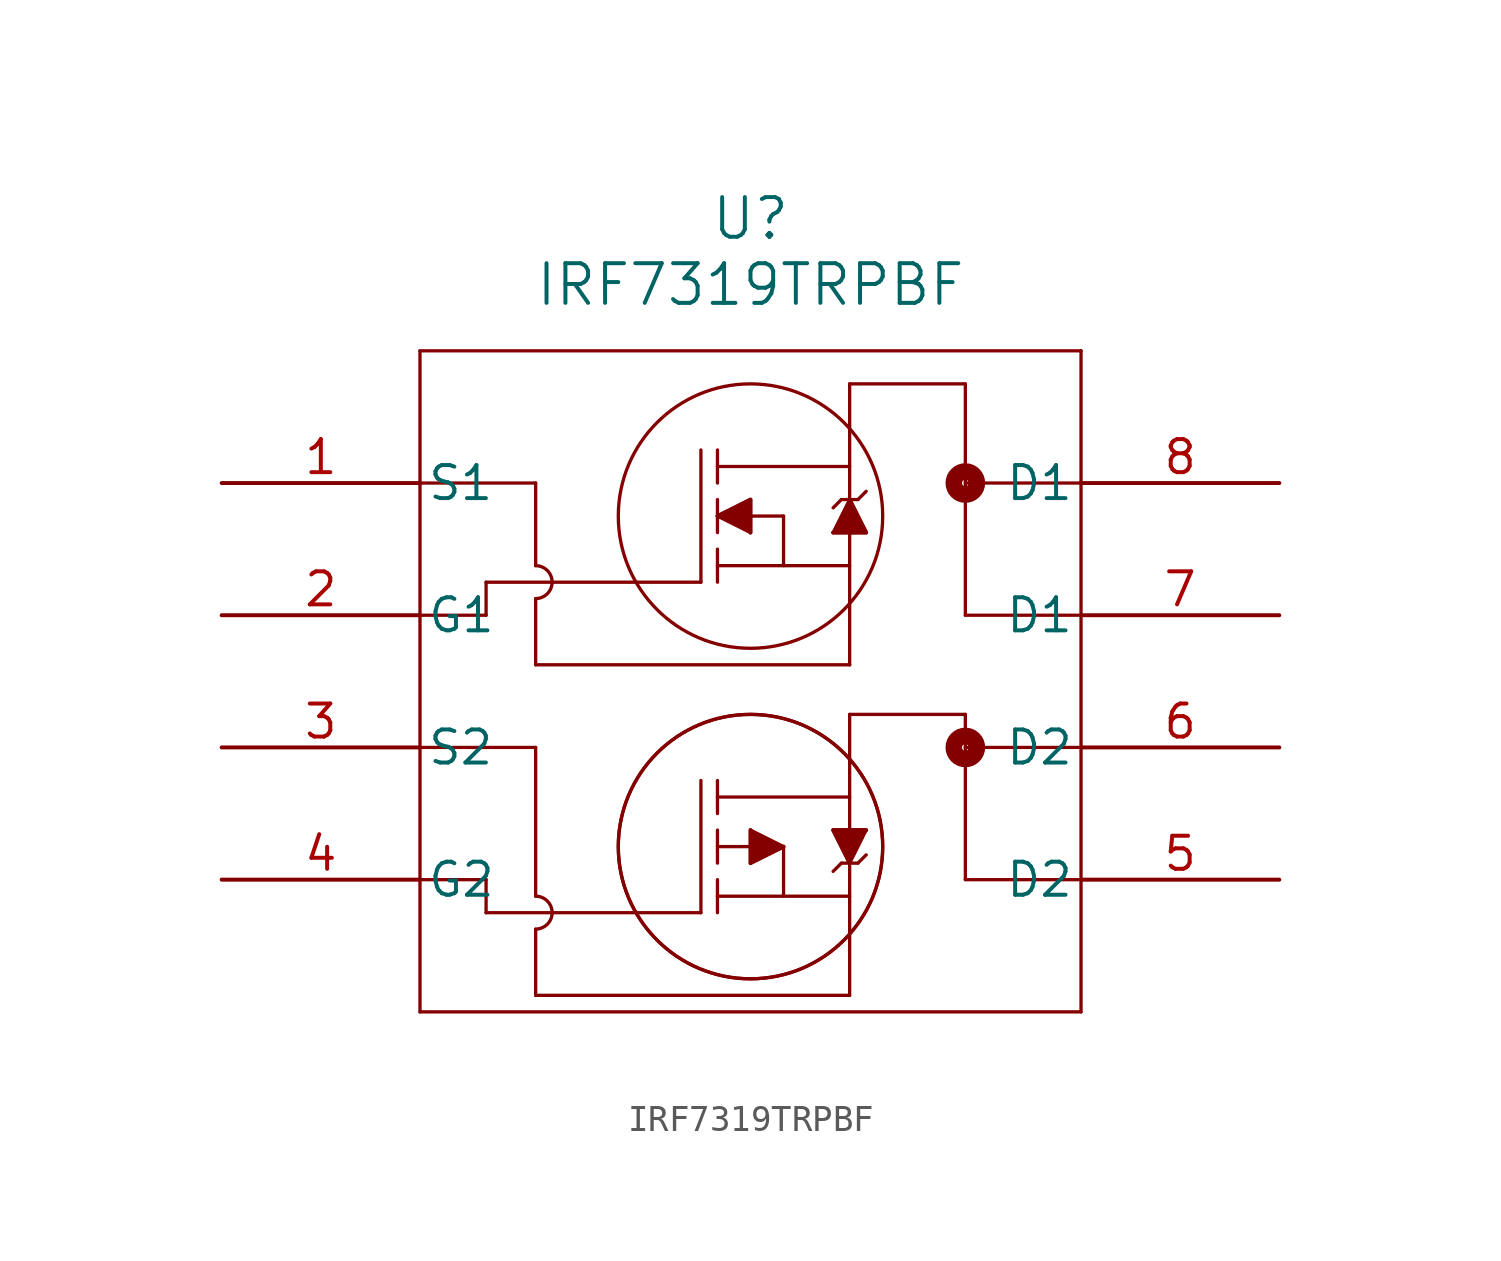
<source format=kicad_sym>
(kicad_symbol_lib
  (version 20211014)
  (generator kicad_symbol_editor)
  (symbol "IRF7319TRPBF"
    (pin_names
      (offset 0.254))
    (property "Reference" "U"
      (at 20.32 10.16 0)
      (effects (font (size 1.524 1.524))))
    (property "Value" "IRF7319TRPBF"
      (at 20.32 7.62 0)
      (effects (font (size 1.524 1.524))))
    (symbol "IRF7319TRPBF_0_1"
      (polyline (pts (xy 7.62 5.08) (xy 7.62 -20.32)) (stroke (width 0.127) (type default) (color 0 0 0 0)) (fill (type none)))
      (polyline (pts (xy 7.62 -20.32) (xy 33.02 -20.32)) (stroke (width 0.127) (type default) (color 0 0 0 0)) (fill (type none)))
      (polyline (pts (xy 33.02 -20.32) (xy 33.02 5.08)) (stroke (width 0.127) (type default) (color 0 0 0 0)) (fill (type none)))
      (polyline (pts (xy 33.02 5.08) (xy 7.62 5.08)) (stroke (width 0.127) (type default) (color 0 0 0 0)) (fill (type none)))
      (circle (center 20.32 -1.27) (radius 5.08) (stroke (width 0.127) (type default) (color 0 0 0 0)) (fill (type none)))
      (circle (center 20.32 -13.97) (radius 5.08) (stroke (width 0.127) (type default) (color 0 0 0 0)) (fill (type none)))
      (polyline (pts (xy 19.05 -1.27) (xy 21.59 -1.27)) (stroke (width 0.127) (type default) (color 0 0 0 0)) (fill (type none)))
      (polyline (pts (xy 19.05 -0.635) (xy 19.05 -1.905)) (stroke (width 0.127) (type default) (color 0 0 0 0)) (fill (type none)))
      (polyline (pts (xy 19.05 0) (xy 19.05 1.27)) (stroke (width 0.127) (type default) (color 0 0 0 0)) (fill (type none)))
      (polyline (pts (xy 19.05 -2.54) (xy 19.05 -3.81)) (stroke (width 0.127) (type default) (color 0 0 0 0)) (fill (type none)))
      (polyline (pts (xy 19.05 -3.175) (xy 24.13 -3.175)) (stroke (width 0.127) (type default) (color 0 0 0 0)) (fill (type none)))
      (polyline (pts (xy 24.13 -6.985) (xy 24.13 3.81)) (stroke (width 0.127) (type default) (color 0 0 0 0)) (fill (type none)))
      (polyline (pts (xy 21.59 -1.27) (xy 21.59 -3.175)) (stroke (width 0.127) (type default) (color 0 0 0 0)) (fill (type none)))
      (polyline (pts (xy 19.05 0.635) (xy 24.13 0.635)) (stroke (width 0.127) (type default) (color 0 0 0 0)) (fill (type none)))
      (polyline (pts (xy 18.415 1.27) (xy 18.415 -3.81)) (stroke (width 0.127) (type default) (color 0 0 0 0)) (fill (type none)))
      (polyline (pts (xy 18.415 -3.81) (xy 10.16 -3.81)) (stroke (width 0.127) (type default) (color 0 0 0 0)) (fill (type none)))
      (polyline (pts (xy 10.16 -3.81) (xy 10.16 -5.08)) (stroke (width 0.127) (type default) (color 0 0 0 0)) (fill (type none)))
      (polyline (pts (xy 10.16 -5.08) (xy 7.62 -5.08)) (stroke (width 0.127) (type default) (color 0 0 0 0)) (fill (type none)))
      (polyline (pts (xy 12.065 -3.175) (xy 12.065 0)) (stroke (width 0.127) (type default) (color 0 0 0 0)) (fill (type none)))
      (polyline (pts (xy 12.065 0) (xy 7.62 0)) (stroke (width 0.127) (type default) (color 0 0 0 0)) (fill (type none)))
      (polyline (pts (xy 12.065 -4.445) (xy 12.065 -6.985)) (stroke (width 0.127) (type default) (color 0 0 0 0)) (fill (type none)))
      (polyline (pts (xy 12.065 -6.985) (xy 24.13 -6.985)) (stroke (width 0.127) (type default) (color 0 0 0 0)) (fill (type none)))
      (polyline (pts (xy 19.05 -1.27) (xy 20.32 -0.635)) (stroke (width 0.127) (type default) (color 0 0 0 0)) (fill (type none)))
      (polyline (pts (xy 20.32 -0.635) (xy 20.32 -1.905)) (stroke (width 0.127) (type default) (color 0 0 0 0)) (fill (type none)))
      (polyline (pts (xy 20.32 -1.905) (xy 19.05 -1.27)) (stroke (width 0.127) (type default) (color 0 0 0 0)) (fill (type none)))
      (polyline (pts (xy 24.13 -0.635) (xy 23.495 -1.905)) (stroke (width 0.127) (type default) (color 0 0 0 0)) (fill (type none)))
      (polyline (pts (xy 23.495 -1.905) (xy 24.765 -1.905)) (stroke (width 0.127) (type default) (color 0 0 0 0)) (fill (type none)))
      (polyline (pts (xy 24.765 -1.905) (xy 24.13 -0.635)) (stroke (width 0.127) (type default) (color 0 0 0 0)) (fill (type none)))
      (polyline (pts (xy 23.812 -0.635) (xy 24.448 -0.635)) (stroke (width 0.127) (type default) (color 0 0 0 0)) (fill (type none)))
      (polyline (pts (xy 24.448 -0.635) (xy 24.765 -0.318)) (stroke (width 0.127) (type default) (color 0 0 0 0)) (fill (type none)))
      (polyline (pts (xy 23.812 -0.635) (xy 23.495 -0.953)) (stroke (width 0.127) (type default) (color 0 0 0 0)) (fill (type none)))
      (polyline (pts (xy 23.495 -1.905) (xy 24.765 -1.905) (xy 24.13 -0.635)) (stroke (width 0) (type default) (color 0 0 0 0)) (fill (type outline)))
      (polyline (pts (xy 20.32 -1.905) (xy 20.32 -0.635) (xy 19.05 -1.27)) (stroke (width 0) (type default) (color 0 0 0 0)) (fill (type outline)))
      (arc (start 12.065 -4.445) (mid 12.7 -3.81) (end 12.065 -3.175) (stroke (width 0.127) (type default) (color 0 0 0 0)) (fill (type none)))
      (polyline (pts (xy 33.02 0) (xy 28.575 0)) (stroke (width 0.127) (type default) (color 0 0 0 0)) (fill (type none)))
      (polyline (pts (xy 33.02 -5.08) (xy 28.575 -5.08)) (stroke (width 0.127) (type default) (color 0 0 0 0)) (fill (type none)))
      (polyline (pts (xy 28.575 -5.08) (xy 28.575 3.81)) (stroke (width 0.127) (type default) (color 0 0 0 0)) (fill (type none)))
      (polyline (pts (xy 28.575 3.81) (xy 24.13 3.81)) (stroke (width 0.127) (type default) (color 0 0 0 0)) (fill (type none)))
      (circle (center 28.575 0) (radius 0.127) (stroke (width 0.635) (type default) (color 0 0 0 0)) (fill (type none)))
      (circle (center 20.32 -13.97) (radius 5.08) (stroke (width 0.127) (type default) (color 0 0 0 0)) (fill (type none)))
      (polyline (pts (xy 19.05 -13.97) (xy 21.59 -13.97)) (stroke (width 0.127) (type default) (color 0 0 0 0)) (fill (type none)))
      (polyline (pts (xy 19.05 -13.335) (xy 19.05 -14.605)) (stroke (width 0.127) (type default) (color 0 0 0 0)) (fill (type none)))
      (polyline (pts (xy 19.05 -12.7) (xy 19.05 -11.43)) (stroke (width 0.127) (type default) (color 0 0 0 0)) (fill (type none)))
      (polyline (pts (xy 19.05 -15.24) (xy 19.05 -16.51)) (stroke (width 0.127) (type default) (color 0 0 0 0)) (fill (type none)))
      (polyline (pts (xy 19.05 -15.875) (xy 24.13 -15.875)) (stroke (width 0.127) (type default) (color 0 0 0 0)) (fill (type none)))
      (polyline (pts (xy 24.13 -19.685) (xy 24.13 -8.89)) (stroke (width 0.127) (type default) (color 0 0 0 0)) (fill (type none)))
      (polyline (pts (xy 21.59 -13.97) (xy 21.59 -15.875)) (stroke (width 0.127) (type default) (color 0 0 0 0)) (fill (type none)))
      (polyline (pts (xy 19.05 -12.065) (xy 24.13 -12.065)) (stroke (width 0.127) (type default) (color 0 0 0 0)) (fill (type none)))
      (polyline (pts (xy 18.415 -11.43) (xy 18.415 -16.51)) (stroke (width 0.127) (type default) (color 0 0 0 0)) (fill (type none)))
      (polyline (pts (xy 18.415 -16.51) (xy 10.16 -16.51)) (stroke (width 0.127) (type default) (color 0 0 0 0)) (fill (type none)))
      (polyline (pts (xy 10.16 -16.51) (xy 10.16 -15.24)) (stroke (width 0.127) (type default) (color 0 0 0 0)) (fill (type none)))
      (polyline (pts (xy 10.16 -15.24) (xy 7.62 -15.24)) (stroke (width 0.127) (type default) (color 0 0 0 0)) (fill (type none)))
      (polyline (pts (xy 12.065 -15.875) (xy 12.065 -10.16)) (stroke (width 0.127) (type default) (color 0 0 0 0)) (fill (type none)))
      (polyline (pts (xy 12.065 -10.16) (xy 7.62 -10.16)) (stroke (width 0.127) (type default) (color 0 0 0 0)) (fill (type none)))
      (polyline (pts (xy 12.065 -17.145) (xy 12.065 -19.685)) (stroke (width 0.127) (type default) (color 0 0 0 0)) (fill (type none)))
      (polyline (pts (xy 12.065 -19.685) (xy 24.13 -19.685)) (stroke (width 0.127) (type default) (color 0 0 0 0)) (fill (type none)))
      (polyline (pts (xy 20.32 -13.335) (xy 20.32 -14.605) (xy 21.59 -13.97)) (stroke (width 0) (type default) (color 0 0 0 0)) (fill (type outline)))
      (polyline (pts (xy 21.59 -13.97) (xy 20.32 -14.605)) (stroke (width 0.127) (type default) (color 0 0 0 0)) (fill (type none)))
      (polyline (pts (xy 20.32 -14.605) (xy 20.32 -13.335)) (stroke (width 0.127) (type default) (color 0 0 0 0)) (fill (type none)))
      (polyline (pts (xy 24.13 -14.605) (xy 24.765 -13.335)) (stroke (width 0.127) (type default) (color 0 0 0 0)) (fill (type none)))
      (polyline (pts (xy 24.765 -13.335) (xy 23.495 -13.335)) (stroke (width 0.127) (type default) (color 0 0 0 0)) (fill (type none)))
      (polyline (pts (xy 23.495 -13.335) (xy 24.13 -14.605)) (stroke (width 0.127) (type default) (color 0 0 0 0)) (fill (type none)))
      (polyline (pts (xy 24.448 -14.605) (xy 23.812 -14.605)) (stroke (width 0.127) (type default) (color 0 0 0 0)) (fill (type none)))
      (polyline (pts (xy 23.812 -14.605) (xy 23.495 -14.922)) (stroke (width 0.127) (type default) (color 0 0 0 0)) (fill (type none)))
      (polyline (pts (xy 24.448 -14.605) (xy 24.765 -14.287)) (stroke (width 0.127) (type default) (color 0 0 0 0)) (fill (type none)))
      (arc (start 12.065 -17.145) (mid 12.7 -16.51) (end 12.065 -15.875) (stroke (width 0.127) (type default) (color 0 0 0 0)) (fill (type none)))
      (polyline (pts (xy 33.02 -10.16) (xy 28.575 -10.16)) (stroke (width 0.127) (type default) (color 0 0 0 0)) (fill (type none)))
      (polyline (pts (xy 33.02 -15.24) (xy 28.575 -15.24)) (stroke (width 0.127) (type default) (color 0 0 0 0)) (fill (type none)))
      (polyline (pts (xy 28.575 -15.24) (xy 28.575 -8.89)) (stroke (width 0.127) (type default) (color 0 0 0 0)) (fill (type none)))
      (polyline (pts (xy 28.575 -8.89) (xy 24.13 -8.89)) (stroke (width 0.127) (type default) (color 0 0 0 0)) (fill (type none)))
      (circle (center 28.575 -10.16) (radius 0.127) (stroke (width 0.635) (type default) (color 0 0 0 0)) (fill (type none)))
      (polyline (pts (xy 24.765 -13.335) (xy 23.495 -13.335) (xy 24.13 -14.605)) (stroke (width 0) (type default) (color 0 0 0 0)) (fill (type outline)))
      (polyline (pts (xy 20.32 -13.335) (xy 21.59 -13.97)) (stroke (width 0.127) (type default) (color 0 0 0 0)) (fill (type none)))
      (pin unspecified line (at 0 0 0) (length 7.62) (name "S1" (effects (font (size 1.27 1.27)))) (number "1" (effects (font (size 1.27 1.27)))))
      (pin unspecified line (at 0 -5.08 0) (length 7.62) (name "G1" (effects (font (size 1.27 1.27)))) (number "2" (effects (font (size 1.27 1.27)))))
      (pin unspecified line (at 0 -10.16 0) (length 7.62) (name "S2" (effects (font (size 1.27 1.27)))) (number "3" (effects (font (size 1.27 1.27)))))
      (pin unspecified line (at 0 -15.24 0) (length 7.62) (name "G2" (effects (font (size 1.27 1.27)))) (number "4" (effects (font (size 1.27 1.27)))))
      (pin unspecified line (at 40.64 -15.24 180) (length 7.62) (name "D2" (effects (font (size 1.27 1.27)))) (number "5" (effects (font (size 1.27 1.27)))))
      (pin unspecified line (at 40.64 -10.16 180) (length 7.62) (name "D2" (effects (font (size 1.27 1.27)))) (number "6" (effects (font (size 1.27 1.27)))))
      (pin unspecified line (at 40.64 -5.08 180) (length 7.62) (name "D1" (effects (font (size 1.27 1.27)))) (number "7" (effects (font (size 1.27 1.27)))))
      (pin unspecified line (at 40.64 0 180) (length 7.62) (name "D1" (effects (font (size 1.27 1.27)))) (number "8" (effects (font (size 1.27 1.27))))))))
</source>
